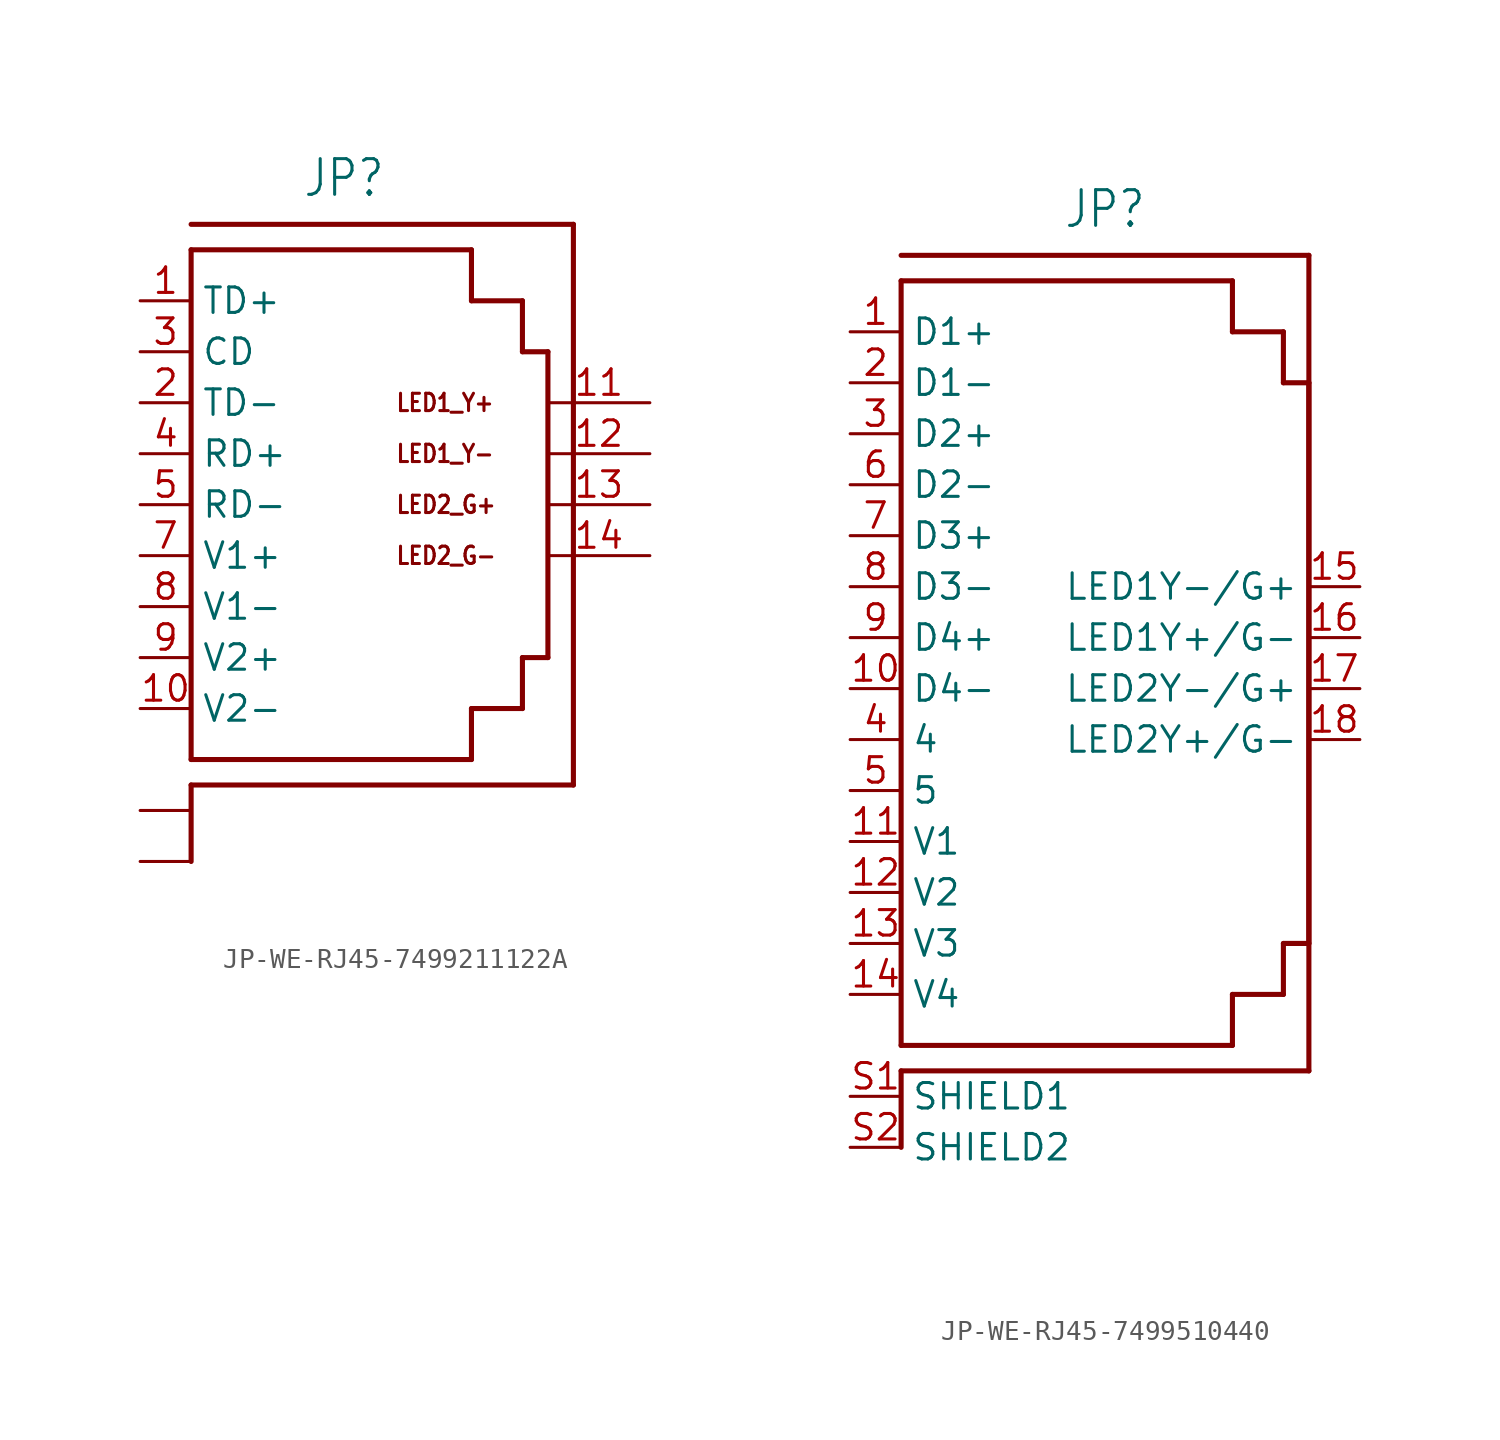
<source format=kicad_sym>
(kicad_symbol_lib
  (version 20231120)
  (generator "kicad_symbol_editor")
  (generator_version "8.0")
  (symbol "JP-WE-RJ45-7499211122A"
    (property "Reference" "JP"
      (at 0 15.24 0)
      (effects (font (size 1.778 1.511)) (justify bottom)))
    (property "Value" ""
      (at 0 -15.24 0)
      (effects (font (size 1.778 1.511)) (justify top)))
    (property "ki_locked" ""
      (at 0 0 0)
      (effects (font (size 1.27 1.27))))
    (symbol "JP-WE-RJ45-7499211122A_1_0"
      (polyline (pts (xy -7.62 -13.97) (xy -7.62 -17.78)) (stroke (width 0.254) (type solid)) (fill (type none)))
      (polyline (pts (xy -7.62 -12.7) (xy -7.62 12.7)) (stroke (width 0.254) (type solid)) (fill (type none)))
      (polyline (pts (xy -7.62 12.7) (xy 6.35 12.7)) (stroke (width 0.254) (type solid)) (fill (type none)))
      (polyline (pts (xy -7.62 13.97) (xy 11.43 13.97)) (stroke (width 0.254) (type solid)) (fill (type none)))
      (polyline (pts (xy 6.35 -12.7) (xy -7.62 -12.7)) (stroke (width 0.254) (type solid)) (fill (type none)))
      (polyline (pts (xy 6.35 -12.7) (xy 6.35 -10.16)) (stroke (width 0.254) (type solid)) (fill (type none)))
      (polyline (pts (xy 6.35 -10.16) (xy 8.89 -10.16)) (stroke (width 0.254) (type solid)) (fill (type none)))
      (polyline (pts (xy 6.35 10.16) (xy 8.89 10.16)) (stroke (width 0.254) (type solid)) (fill (type none)))
      (polyline (pts (xy 6.35 12.7) (xy 6.35 10.16)) (stroke (width 0.254) (type solid)) (fill (type none)))
      (polyline (pts (xy 8.89 -10.16) (xy 8.89 -7.62)) (stroke (width 0.254) (type solid)) (fill (type none)))
      (polyline (pts (xy 8.89 -7.62) (xy 10.16 -7.62)) (stroke (width 0.254) (type solid)) (fill (type none)))
      (polyline (pts (xy 8.89 7.62) (xy 10.16 7.62)) (stroke (width 0.254) (type solid)) (fill (type none)))
      (polyline (pts (xy 8.89 10.16) (xy 8.89 7.62)) (stroke (width 0.254) (type solid)) (fill (type none)))
      (polyline (pts (xy 10.16 7.62) (xy 10.16 -7.62)) (stroke (width 0.254) (type solid)) (fill (type none)))
      (polyline (pts (xy 11.43 -13.97) (xy -7.62 -13.97)) (stroke (width 0.254) (type solid)) (fill (type none)))
      (polyline (pts (xy 11.43 13.97) (xy 11.43 -13.97)) (stroke (width 0.254) (type solid)) (fill (type none)))
      (text "LED1_Y+" (at 2.54 5.08 0) (effects (font (size 0.864 0.734)) (justify left)))
      (text "LED1_Y-" (at 2.54 2.54 0) (effects (font (size 0.864 0.734)) (justify left)))
      (text "LED2_G+" (at 2.54 0 0) (effects (font (size 0.864 0.734)) (justify left)))
      (text "LED2_G-" (at 2.54 -2.54 0) (effects (font (size 0.864 0.734)) (justify left)))
      (pin passive line (at -10.16 10.16 0) (length 2.54) (name "TD+" (effects (font (size 1.27 1.27)))) (number "1" (effects (font (size 1.27 1.27)))))
      (pin passive line (at -10.16 -10.16 0) (length 2.54) (name "V2-" (effects (font (size 1.27 1.27)))) (number "10" (effects (font (size 1.27 1.27)))))
      (pin passive line (at 15.24 5.08 180) (length 5.08) (name "LED1_Y+" (effects (font (size 0 0)))) (number "11" (effects (font (size 1.27 1.27)))))
      (pin passive line (at 15.24 2.54 180) (length 5.08) (name "LED1_Y-" (effects (font (size 0 0)))) (number "12" (effects (font (size 1.27 1.27)))))
      (pin passive line (at 15.24 0 180) (length 5.08) (name "LED2_G+" (effects (font (size 0 0)))) (number "13" (effects (font (size 1.27 1.27)))))
      (pin passive line (at 15.24 -2.54 180) (length 5.08) (name "LED2_G-" (effects (font (size 0 0)))) (number "14" (effects (font (size 1.27 1.27)))))
      (pin passive line (at -10.16 5.08 0) (length 2.54) (name "TD-" (effects (font (size 1.27 1.27)))) (number "2" (effects (font (size 1.27 1.27)))))
      (pin passive line (at -10.16 7.62 0) (length 2.54) (name "CD" (effects (font (size 1.27 1.27)))) (number "3" (effects (font (size 1.27 1.27)))))
      (pin passive line (at -10.16 2.54 0) (length 2.54) (name "RD+" (effects (font (size 1.27 1.27)))) (number "4" (effects (font (size 1.27 1.27)))))
      (pin passive line (at -10.16 0 0) (length 2.54) (name "RD-" (effects (font (size 1.27 1.27)))) (number "5" (effects (font (size 1.27 1.27)))))
      (pin passive line (at -10.16 -2.54 0) (length 2.54) (name "V1+" (effects (font (size 1.27 1.27)))) (number "7" (effects (font (size 1.27 1.27)))))
      (pin passive line (at -10.16 -5.08 0) (length 2.54) (name "V1-" (effects (font (size 1.27 1.27)))) (number "8" (effects (font (size 1.27 1.27)))))
      (pin passive line (at -10.16 -7.62 0) (length 2.54) (name "V2+" (effects (font (size 1.27 1.27)))) (number "9" (effects (font (size 1.27 1.27)))))
      (pin passive line (at -10.16 -15.24 0) (length 2.54) (name "SHIELD1" (effects (font (size 0 0)))) (number "Z1" (effects (font (size 0 0)))))
      (pin passive line (at -10.16 -17.78 0) (length 2.54) (name "SHIELD2" (effects (font (size 0 0)))) (number "Z2" (effects (font (size 0 0)))))))
  (symbol "JP-WE-RJ45-7499510440"
    (property "Reference" "JP"
      (at 0 22.86 0)
      (effects (font (size 1.778 1.511)) (justify bottom)))
    (property "Value" ""
      (at 0 -25.4 0)
      (effects (font (size 1.778 1.511)) (justify top)))
    (property "ki_locked" ""
      (at 0 0 0)
      (effects (font (size 1.27 1.27))))
    (symbol "JP-WE-RJ45-7499510440_1_0"
      (polyline (pts (xy -10.16 -19.05) (xy -10.16 -22.86)) (stroke (width 0.254) (type solid)) (fill (type none)))
      (polyline (pts (xy -10.16 -17.78) (xy -10.16 20.32)) (stroke (width 0.254) (type solid)) (fill (type none)))
      (polyline (pts (xy -10.16 20.32) (xy 6.35 20.32)) (stroke (width 0.254) (type solid)) (fill (type none)))
      (polyline (pts (xy -10.16 21.59) (xy 10.16 21.59)) (stroke (width 0.254) (type solid)) (fill (type none)))
      (polyline (pts (xy 6.35 -17.78) (xy -10.16 -17.78)) (stroke (width 0.254) (type solid)) (fill (type none)))
      (polyline (pts (xy 6.35 -17.78) (xy 6.35 -15.24)) (stroke (width 0.254) (type solid)) (fill (type none)))
      (polyline (pts (xy 6.35 -15.24) (xy 8.89 -15.24)) (stroke (width 0.254) (type solid)) (fill (type none)))
      (polyline (pts (xy 6.35 17.78) (xy 8.89 17.78)) (stroke (width 0.254) (type solid)) (fill (type none)))
      (polyline (pts (xy 6.35 20.32) (xy 6.35 17.78)) (stroke (width 0.254) (type solid)) (fill (type none)))
      (polyline (pts (xy 8.89 -15.24) (xy 8.89 -12.7)) (stroke (width 0.254) (type solid)) (fill (type none)))
      (polyline (pts (xy 8.89 -12.7) (xy 10.16 -12.7)) (stroke (width 0.254) (type solid)) (fill (type none)))
      (polyline (pts (xy 8.89 15.24) (xy 10.16 15.24)) (stroke (width 0.254) (type solid)) (fill (type none)))
      (polyline (pts (xy 8.89 17.78) (xy 8.89 15.24)) (stroke (width 0.254) (type solid)) (fill (type none)))
      (polyline (pts (xy 10.16 -19.05) (xy -10.16 -19.05)) (stroke (width 0.254) (type solid)) (fill (type none)))
      (polyline (pts (xy 10.16 15.24) (xy 10.16 -12.7)) (stroke (width 0.254) (type solid)) (fill (type none)))
      (polyline (pts (xy 10.16 21.59) (xy 10.16 -19.05)) (stroke (width 0.254) (type solid)) (fill (type none)))
      (pin passive line (at -12.7 17.78 0) (length 2.54) (name "D1+" (effects (font (size 1.27 1.27)))) (number "1" (effects (font (size 1.27 1.27)))))
      (pin passive line (at -12.7 0 0) (length 2.54) (name "D4-" (effects (font (size 1.27 1.27)))) (number "10" (effects (font (size 1.27 1.27)))))
      (pin passive line (at -12.7 -7.62 0) (length 2.54) (name "V1" (effects (font (size 1.27 1.27)))) (number "11" (effects (font (size 1.27 1.27)))))
      (pin passive line (at -12.7 -10.16 0) (length 2.54) (name "V2" (effects (font (size 1.27 1.27)))) (number "12" (effects (font (size 1.27 1.27)))))
      (pin passive line (at -12.7 -12.7 0) (length 2.54) (name "V3" (effects (font (size 1.27 1.27)))) (number "13" (effects (font (size 1.27 1.27)))))
      (pin passive line (at -12.7 -15.24 0) (length 2.54) (name "V4" (effects (font (size 1.27 1.27)))) (number "14" (effects (font (size 1.27 1.27)))))
      (pin passive line (at 12.7 5.08 180) (length 2.54) (name "LED1Y-/G+" (effects (font (size 1.27 1.27)))) (number "15" (effects (font (size 1.27 1.27)))))
      (pin passive line (at 12.7 2.54 180) (length 2.54) (name "LED1Y+/G-" (effects (font (size 1.27 1.27)))) (number "16" (effects (font (size 1.27 1.27)))))
      (pin passive line (at 12.7 0 180) (length 2.54) (name "LED2Y-/G+" (effects (font (size 1.27 1.27)))) (number "17" (effects (font (size 1.27 1.27)))))
      (pin passive line (at 12.7 -2.54 180) (length 2.54) (name "LED2Y+/G-" (effects (font (size 1.27 1.27)))) (number "18" (effects (font (size 1.27 1.27)))))
      (pin passive line (at -12.7 15.24 0) (length 2.54) (name "D1-" (effects (font (size 1.27 1.27)))) (number "2" (effects (font (size 1.27 1.27)))))
      (pin passive line (at -12.7 12.7 0) (length 2.54) (name "D2+" (effects (font (size 1.27 1.27)))) (number "3" (effects (font (size 1.27 1.27)))))
      (pin passive line (at -12.7 -2.54 0) (length 2.54) (name "4" (effects (font (size 1.27 1.27)))) (number "4" (effects (font (size 1.27 1.27)))))
      (pin passive line (at -12.7 -5.08 0) (length 2.54) (name "5" (effects (font (size 1.27 1.27)))) (number "5" (effects (font (size 1.27 1.27)))))
      (pin passive line (at -12.7 10.16 0) (length 2.54) (name "D2-" (effects (font (size 1.27 1.27)))) (number "6" (effects (font (size 1.27 1.27)))))
      (pin passive line (at -12.7 7.62 0) (length 2.54) (name "D3+" (effects (font (size 1.27 1.27)))) (number "7" (effects (font (size 1.27 1.27)))))
      (pin passive line (at -12.7 5.08 0) (length 2.54) (name "D3-" (effects (font (size 1.27 1.27)))) (number "8" (effects (font (size 1.27 1.27)))))
      (pin passive line (at -12.7 2.54 0) (length 2.54) (name "D4+" (effects (font (size 1.27 1.27)))) (number "9" (effects (font (size 1.27 1.27)))))
      (pin passive line (at -12.7 -20.32 0) (length 2.54) (name "SHIELD1" (effects (font (size 1.27 1.27)))) (number "S1" (effects (font (size 1.27 1.27)))))
      (pin passive line (at -12.7 -22.86 0) (length 2.54) (name "SHIELD2" (effects (font (size 1.27 1.27)))) (number "S2" (effects (font (size 1.27 1.27))))))))
</source>
